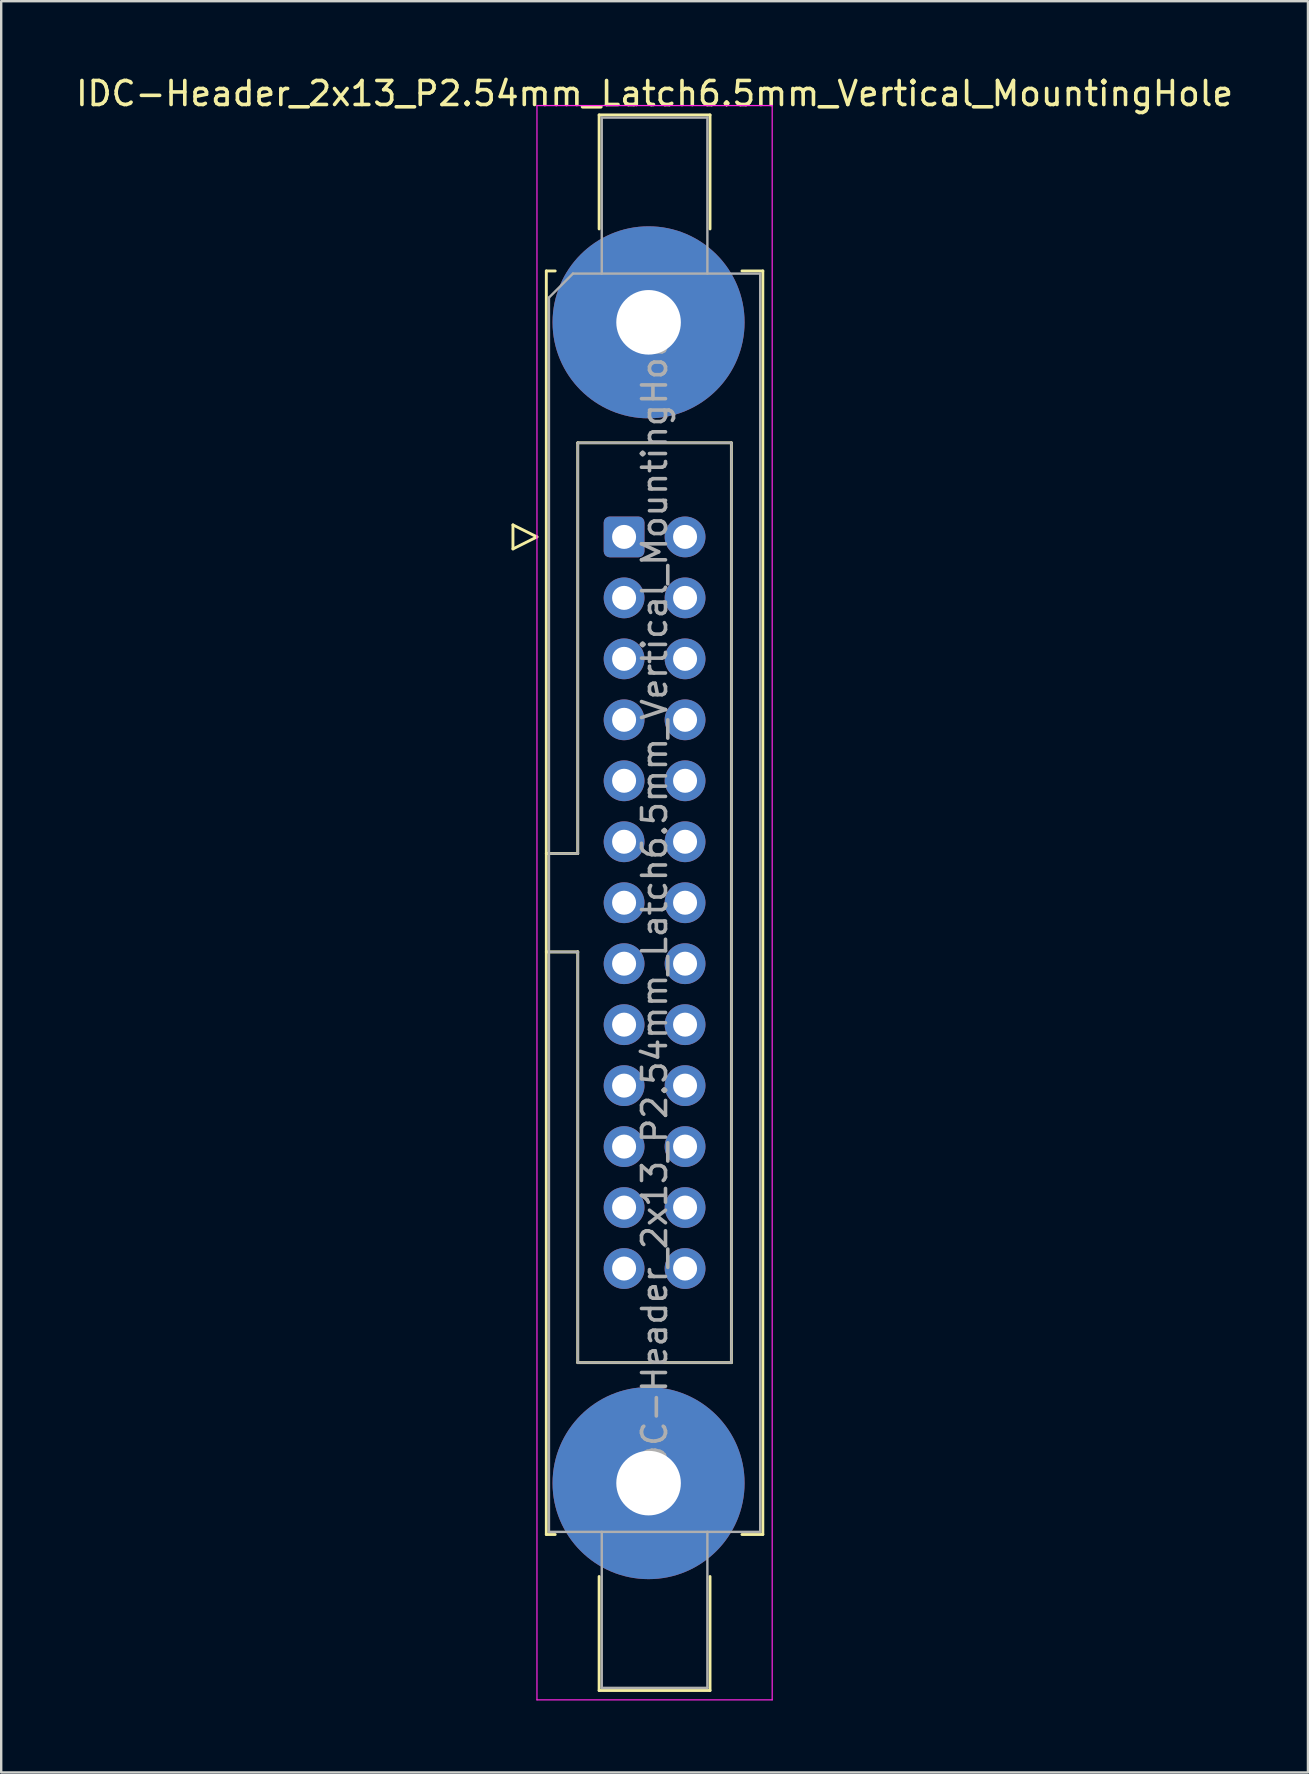
<source format=kicad_pcb>
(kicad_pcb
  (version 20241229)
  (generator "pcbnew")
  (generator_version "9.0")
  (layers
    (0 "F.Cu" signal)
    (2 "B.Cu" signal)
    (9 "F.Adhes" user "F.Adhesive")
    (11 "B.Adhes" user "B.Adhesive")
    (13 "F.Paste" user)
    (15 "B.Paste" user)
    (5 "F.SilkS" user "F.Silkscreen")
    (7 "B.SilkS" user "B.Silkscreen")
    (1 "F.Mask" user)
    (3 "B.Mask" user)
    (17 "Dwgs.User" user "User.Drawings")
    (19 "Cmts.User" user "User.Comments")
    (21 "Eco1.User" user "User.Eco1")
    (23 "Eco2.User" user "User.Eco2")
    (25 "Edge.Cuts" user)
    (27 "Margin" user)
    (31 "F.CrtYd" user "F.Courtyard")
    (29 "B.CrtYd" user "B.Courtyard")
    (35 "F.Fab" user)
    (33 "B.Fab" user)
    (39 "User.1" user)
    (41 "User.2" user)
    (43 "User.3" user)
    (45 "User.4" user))
  (footprint "IDC-Header_2x13_P2.54mm_Latch6.5mm_Vertical_MountingHole"
    (layer "F.Cu")
    (at 22.95 19.318)
    (property "Reference" "IDC-Header_2x13_P2.54mm_Latch6.5mm_Vertical_MountingHole" (at 1.27 -18.47 0) (layer "F.SilkS") (effects (font (size 1 1) (thickness 0.15))))
    (attr through_hole)
    (fp_line (start -4.63 -0.5) (end -4.63 0.5) (stroke (width 0.12) (type solid)) (layer "F.SilkS"))
    (fp_line (start -4.63 0.5) (end -3.63 0) (stroke (width 0.12) (type solid)) (layer "F.SilkS"))
    (fp_line (start -3.63 0) (end -4.63 -0.5) (stroke (width 0.12) (type solid)) (layer "F.SilkS"))
    (fp_line (start -3.24 -11.08) (end -3.24 41.56) (stroke (width 0.12) (type solid)) (layer "F.SilkS"))
    (fp_line (start -3.24 13.19) (end -1.93 13.19) (stroke (width 0.12) (type solid)) (layer "F.SilkS"))
    (fp_line (start -3.24 41.56) (end -2.87 41.56) (stroke (width 0.12) (type solid)) (layer "F.SilkS"))
    (fp_line (start -2.87 -11.08) (end -3.24 -11.08) (stroke (width 0.12) (type solid)) (layer "F.SilkS"))
    (fp_line (start -1.93 -3.92) (end 4.47 -3.92) (stroke (width 0.12) (type solid)) (layer "F.SilkS"))
    (fp_line (start -1.93 13.19) (end -1.93 -3.92) (stroke (width 0.12) (type solid)) (layer "F.SilkS"))
    (fp_line (start -1.93 17.29) (end -3.24 17.29) (stroke (width 0.12) (type solid)) (layer "F.SilkS"))
    (fp_line (start -1.93 17.29) (end -1.93 17.29) (stroke (width 0.12) (type solid)) (layer "F.SilkS"))
    (fp_line (start -1.93 34.4) (end -1.93 17.29) (stroke (width 0.12) (type solid)) (layer "F.SilkS"))
    (fp_line (start -1.04 -17.58) (end 3.58 -17.58) (stroke (width 0.12) (type solid)) (layer "F.SilkS"))
    (fp_line (start -1.04 -12.83) (end -1.04 -17.58) (stroke (width 0.12) (type solid)) (layer "F.SilkS"))
    (fp_line (start -1.04 43.31) (end -1.04 48.06) (stroke (width 0.12) (type solid)) (layer "F.SilkS"))
    (fp_line (start -1.04 48.06) (end 3.58 48.06) (stroke (width 0.12) (type solid)) (layer "F.SilkS"))
    (fp_line (start 3.58 -17.58) (end 3.58 -12.83) (stroke (width 0.12) (type solid)) (layer "F.SilkS"))
    (fp_line (start 3.58 48.06) (end 3.58 43.31) (stroke (width 0.12) (type solid)) (layer "F.SilkS"))
    (fp_line (start 4.47 -3.92) (end 4.47 34.4) (stroke (width 0.12) (type solid)) (layer "F.SilkS"))
    (fp_line (start 4.47 34.4) (end -1.93 34.4) (stroke (width 0.12) (type solid)) (layer "F.SilkS"))
    (fp_line (start 4.91 -11.08) (end 5.78 -11.08) (stroke (width 0.12) (type solid)) (layer "F.SilkS"))
    (fp_line (start 5.78 -11.08) (end 5.78 41.56) (stroke (width 0.12) (type solid)) (layer "F.SilkS"))
    (fp_line (start 5.78 41.56) (end 4.91 41.56) (stroke (width 0.12) (type solid)) (layer "F.SilkS"))
    (fp_line (start -3.63 -17.97) (end -3.63 48.45) (stroke (width 0.05) (type solid)) (layer "F.CrtYd"))
    (fp_line (start -3.63 48.45) (end 6.17 48.45) (stroke (width 0.05) (type solid)) (layer "F.CrtYd"))
    (fp_line (start 6.17 -17.97) (end -3.63 -17.97) (stroke (width 0.05) (type solid)) (layer "F.CrtYd"))
    (fp_line (start 6.17 48.45) (end 6.17 -17.97) (stroke (width 0.05) (type solid)) (layer "F.CrtYd"))
    (fp_line (start -3.13 -9.97) (end -2.13 -10.97) (stroke (width 0.1) (type solid)) (layer "F.Fab"))
    (fp_line (start -3.13 13.19) (end -1.93 13.19) (stroke (width 0.1) (type solid)) (layer "F.Fab"))
    (fp_line (start -3.13 41.45) (end -3.13 -9.97) (stroke (width 0.1) (type solid)) (layer "F.Fab"))
    (fp_line (start -2.13 -10.97) (end 5.67 -10.97) (stroke (width 0.1) (type solid)) (layer "F.Fab"))
    (fp_line (start -1.93 -3.92) (end 4.47 -3.92) (stroke (width 0.1) (type solid)) (layer "F.Fab"))
    (fp_line (start -1.93 13.19) (end -1.93 -3.92) (stroke (width 0.1) (type solid)) (layer "F.Fab"))
    (fp_line (start -1.93 17.29) (end -3.13 17.29) (stroke (width 0.1) (type solid)) (layer "F.Fab"))
    (fp_line (start -1.93 17.29) (end -1.93 17.29) (stroke (width 0.1) (type solid)) (layer "F.Fab"))
    (fp_line (start -1.93 34.4) (end -1.93 17.29) (stroke (width 0.1) (type solid)) (layer "F.Fab"))
    (fp_line (start -0.93 -17.47) (end 3.47 -17.47) (stroke (width 0.1) (type solid)) (layer "F.Fab"))
    (fp_line (start -0.93 -10.97) (end -0.93 -17.47) (stroke (width 0.1) (type solid)) (layer "F.Fab"))
    (fp_line (start -0.93 41.45) (end -0.93 47.95) (stroke (width 0.1) (type solid)) (layer "F.Fab"))
    (fp_line (start -0.93 47.95) (end 3.47 47.95) (stroke (width 0.1) (type solid)) (layer "F.Fab"))
    (fp_line (start 3.47 -17.47) (end 3.47 -10.97) (stroke (width 0.1) (type solid)) (layer "F.Fab"))
    (fp_line (start 3.47 47.95) (end 3.47 41.45) (stroke (width 0.1) (type solid)) (layer "F.Fab"))
    (fp_line (start 4.47 -3.92) (end 4.47 34.4) (stroke (width 0.1) (type solid)) (layer "F.Fab"))
    (fp_line (start 4.47 34.4) (end -1.93 34.4) (stroke (width 0.1) (type solid)) (layer "F.Fab"))
    (fp_line (start 5.67 -10.97) (end 5.67 41.45) (stroke (width 0.1) (type solid)) (layer "F.Fab"))
    (fp_line (start 5.67 41.45) (end -3.13 41.45) (stroke (width 0.1) (type solid)) (layer "F.Fab"))
    (fp_text user "${REFERENCE}" (at 1.27 15.24 90) (layer "F.Fab") (effects (font (size 1 1) (thickness 0.15))))
    (pad "" thru_hole circle (at 1.02 -8.94) (size 8 8) (drill 2.69) (layers "*.Cu" "*.Mask"))
    (pad "" thru_hole circle (at 1.02 39.42) (size 8 8) (drill 2.69) (layers "*.Cu" "*.Mask"))
    (pad "1" thru_hole roundrect (at 0 0) (size 1.7 1.7) (drill 1) (layers "*.Cu" "*.Mask") (roundrect_rratio 0.147))
    (pad "2" thru_hole circle (at 2.54 0) (size 1.7 1.7) (drill 1) (layers "*.Cu" "*.Mask"))
    (pad "3" thru_hole circle (at 0 2.54) (size 1.7 1.7) (drill 1) (layers "*.Cu" "*.Mask"))
    (pad "4" thru_hole circle (at 2.54 2.54) (size 1.7 1.7) (drill 1) (layers "*.Cu" "*.Mask"))
    (pad "5" thru_hole circle (at 0 5.08) (size 1.7 1.7) (drill 1) (layers "*.Cu" "*.Mask"))
    (pad "6" thru_hole circle (at 2.54 5.08) (size 1.7 1.7) (drill 1) (layers "*.Cu" "*.Mask"))
    (pad "7" thru_hole circle (at 0 7.62) (size 1.7 1.7) (drill 1) (layers "*.Cu" "*.Mask"))
    (pad "8" thru_hole circle (at 2.54 7.62) (size 1.7 1.7) (drill 1) (layers "*.Cu" "*.Mask"))
    (pad "9" thru_hole circle (at 0 10.16) (size 1.7 1.7) (drill 1) (layers "*.Cu" "*.Mask"))
    (pad "10" thru_hole circle (at 2.54 10.16) (size 1.7 1.7) (drill 1) (layers "*.Cu" "*.Mask"))
    (pad "11" thru_hole circle (at 0 12.7) (size 1.7 1.7) (drill 1) (layers "*.Cu" "*.Mask"))
    (pad "12" thru_hole circle (at 2.54 12.7) (size 1.7 1.7) (drill 1) (layers "*.Cu" "*.Mask"))
    (pad "13" thru_hole circle (at 0 15.24) (size 1.7 1.7) (drill 1) (layers "*.Cu" "*.Mask"))
    (pad "14" thru_hole circle (at 2.54 15.24) (size 1.7 1.7) (drill 1) (layers "*.Cu" "*.Mask"))
    (pad "15" thru_hole circle (at 0 17.78) (size 1.7 1.7) (drill 1) (layers "*.Cu" "*.Mask"))
    (pad "16" thru_hole circle (at 2.54 17.78) (size 1.7 1.7) (drill 1) (layers "*.Cu" "*.Mask"))
    (pad "17" thru_hole circle (at 0 20.32) (size 1.7 1.7) (drill 1) (layers "*.Cu" "*.Mask"))
    (pad "18" thru_hole circle (at 2.54 20.32) (size 1.7 1.7) (drill 1) (layers "*.Cu" "*.Mask"))
    (pad "19" thru_hole circle (at 0 22.86) (size 1.7 1.7) (drill 1) (layers "*.Cu" "*.Mask"))
    (pad "20" thru_hole circle (at 2.54 22.86) (size 1.7 1.7) (drill 1) (layers "*.Cu" "*.Mask"))
    (pad "21" thru_hole circle (at 0 25.4) (size 1.7 1.7) (drill 1) (layers "*.Cu" "*.Mask"))
    (pad "22" thru_hole circle (at 2.54 25.4) (size 1.7 1.7) (drill 1) (layers "*.Cu" "*.Mask"))
    (pad "23" thru_hole circle (at 0 27.94) (size 1.7 1.7) (drill 1) (layers "*.Cu" "*.Mask"))
    (pad "24" thru_hole circle (at 2.54 27.94) (size 1.7 1.7) (drill 1) (layers "*.Cu" "*.Mask"))
    (pad "25" thru_hole circle (at 0 30.48) (size 1.7 1.7) (drill 1) (layers "*.Cu" "*.Mask"))
    (pad "26" thru_hole circle (at 2.54 30.48) (size 1.7 1.7) (drill 1) (layers "*.Cu" "*.Mask")))
  (gr_rect
    (start -3 -3)
    (end 51.44 70.793)
    (stroke (width 0.1) (type default))
    (fill no)
    (layer "Edge.Cuts")))
</source>
